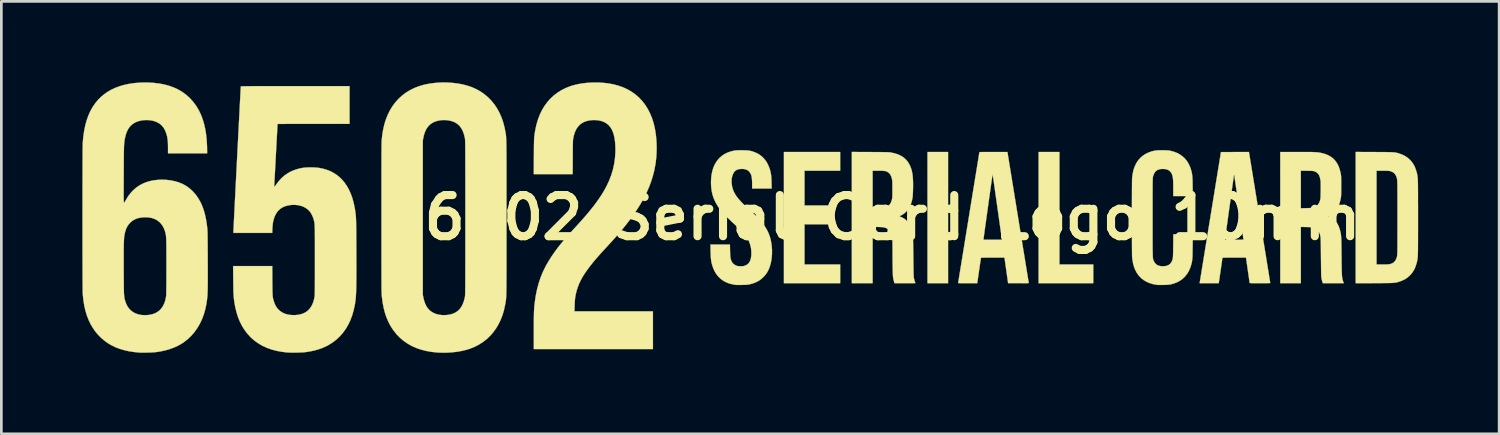
<source format=kicad_pcb>
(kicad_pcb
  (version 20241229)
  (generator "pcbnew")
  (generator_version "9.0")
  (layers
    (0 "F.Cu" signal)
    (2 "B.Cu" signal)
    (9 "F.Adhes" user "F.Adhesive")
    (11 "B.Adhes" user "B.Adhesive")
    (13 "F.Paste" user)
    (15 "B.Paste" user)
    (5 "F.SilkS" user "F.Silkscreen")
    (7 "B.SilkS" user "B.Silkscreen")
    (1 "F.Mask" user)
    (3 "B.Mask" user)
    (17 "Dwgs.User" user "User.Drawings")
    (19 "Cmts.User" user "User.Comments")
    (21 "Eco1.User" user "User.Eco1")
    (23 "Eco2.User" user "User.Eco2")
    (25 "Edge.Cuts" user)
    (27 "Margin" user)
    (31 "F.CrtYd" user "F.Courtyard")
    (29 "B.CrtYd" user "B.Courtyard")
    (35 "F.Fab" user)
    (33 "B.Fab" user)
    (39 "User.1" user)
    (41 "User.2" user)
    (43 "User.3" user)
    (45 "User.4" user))
  (footprint "6502 Serial Card Logo 10mm"
    (layer "F.Cu")
    (at 30.003 5.008)
    (property "Reference" "6502 Serial Card Logo 10mm" (at 0 0 0) (layer "F.SilkS") (effects (font (size 1.524 1.524) (thickness 0.3))))
    (attr through_hole)
    (fp_poly (pts (xy 2.057 2.43) (xy 1.295 2.43) (xy 1.295 -2.43) (xy 2.057 -2.43) (xy 2.057 2.43)) (stroke (width 0.01) (type solid)) (fill yes) (layer "F.SilkS"))
    (fp_poly (pts (xy 6.181 1.736) (xy 7.434 1.736) (xy 7.434 2.43) (xy 5.41 2.43) (xy 5.41 -2.43) (xy 6.181 -2.43) (xy 6.181 1.736)) (stroke (width 0.01) (type solid)) (fill yes) (layer "F.SilkS"))
    (fp_poly (pts (xy -1.939 -1.736) (xy -3.26 -1.736) (xy -3.26 -0.449) (xy -2.21 -0.449) (xy -2.21 0.246) (xy -3.26 0.246) (xy -3.26 1.736) (xy -1.939 1.736) (xy -1.939 2.43) (xy -4.022 2.43) (xy -4.022 -2.43) (xy -1.939 -2.43) (xy -1.939 -1.736)) (stroke (width 0.01) (type solid)) (fill yes) (layer "F.SilkS"))
    (fp_poly (pts (xy 4.648 -0.015) (xy 4.68 0.185) (xy 4.712 0.381) (xy 4.743 0.572) (xy 4.773 0.757) (xy 4.802 0.936) (xy 4.83 1.108) (xy 4.857 1.272) (xy 4.883 1.428) (xy 4.907 1.575) (xy 4.929 1.713) (xy 4.95 1.84) (xy 4.969 1.956) (xy 4.986 2.061) (xy 5.001 2.154) (xy 5.014 2.233) (xy 5.025 2.3) (xy 5.034 2.351) (xy 5.04 2.388) (xy 5.043 2.41) (xy 5.044 2.415) (xy 5.044 2.419) (xy 5.042 2.422) (xy 5.035 2.424) (xy 5.023 2.426) (xy 5.004 2.427) (xy 4.977 2.428) (xy 4.94 2.429) (xy 4.892 2.429) (xy 4.831 2.429) (xy 4.756 2.428) (xy 4.665 2.428) (xy 4.664 2.428) (xy 4.28 2.426) (xy 4.213 1.954) (xy 4.146 1.482) (xy 3.712 1.482) (xy 3.611 1.482) (xy 3.526 1.482) (xy 3.455 1.483) (xy 3.398 1.483) (xy 3.353 1.484) (xy 3.319 1.486) (xy 3.296 1.487) (xy 3.282 1.489) (xy 3.275 1.491) (xy 3.275 1.492) (xy 3.273 1.502) (xy 3.269 1.528) (xy 3.263 1.567) (xy 3.255 1.618) (xy 3.246 1.68) (xy 3.235 1.75) (xy 3.224 1.828) (xy 3.212 1.912) (xy 3.204 1.966) (xy 3.137 2.43) (xy 2.783 2.43) (xy 2.708 2.43) (xy 2.638 2.429) (xy 2.575 2.429) (xy 2.521 2.428) (xy 2.479 2.427) (xy 2.448 2.426) (xy 2.432 2.425) (xy 2.43 2.424) (xy 2.431 2.416) (xy 2.435 2.391) (xy 2.442 2.351) (xy 2.451 2.296) (xy 2.462 2.227) (xy 2.475 2.144) (xy 2.49 2.049) (xy 2.508 1.942) (xy 2.527 1.823) (xy 2.548 1.694) (xy 2.571 1.554) (xy 2.595 1.405) (xy 2.621 1.247) (xy 2.648 1.081) (xy 2.676 0.908) (xy 2.69 0.821) (xy 3.37 0.821) (xy 4.053 0.821) (xy 4.034 0.688) (xy 4.023 0.609) (xy 4.011 0.521) (xy 3.997 0.424) (xy 3.982 0.319) (xy 3.967 0.208) (xy 3.95 0.093) (xy 3.934 -0.027) (xy 3.916 -0.15) (xy 3.899 -0.274) (xy 3.881 -0.399) (xy 3.863 -0.523) (xy 3.846 -0.646) (xy 3.829 -0.766) (xy 3.812 -0.882) (xy 3.796 -0.993) (xy 3.781 -1.098) (xy 3.767 -1.196) (xy 3.755 -1.285) (xy 3.743 -1.365) (xy 3.733 -1.434) (xy 3.725 -1.491) (xy 3.718 -1.536) (xy 3.714 -1.566) (xy 3.712 -1.581) (xy 3.711 -1.583) (xy 3.704 -1.582) (xy 3.703 -1.581) (xy 3.701 -1.572) (xy 3.697 -1.547) (xy 3.691 -1.509) (xy 3.684 -1.456) (xy 3.674 -1.392) (xy 3.664 -1.317) (xy 3.651 -1.231) (xy 3.638 -1.138) (xy 3.624 -1.036) (xy 3.608 -0.928) (xy 3.593 -0.815) (xy 3.576 -0.698) (xy 3.559 -0.578) (xy 3.542 -0.456) (xy 3.525 -0.333) (xy 3.508 -0.211) (xy 3.491 -0.091) (xy 3.475 0.026) (xy 3.459 0.14) (xy 3.444 0.248) (xy 3.43 0.35) (xy 3.417 0.445) (xy 3.405 0.531) (xy 3.395 0.607) (xy 3.386 0.673) (xy 3.379 0.726) (xy 3.374 0.766) (xy 3.371 0.792) (xy 3.37 0.802) (xy 3.37 0.821) (xy 2.69 0.821) (xy 2.705 0.728) (xy 2.735 0.541) (xy 2.767 0.349) (xy 2.799 0.153) (xy 2.824 -0.001) (xy 2.856 -0.201) (xy 2.888 -0.396) (xy 2.919 -0.587) (xy 2.949 -0.772) (xy 2.978 -0.951) (xy 3.006 -1.122) (xy 3.033 -1.286) (xy 3.058 -1.442) (xy 3.082 -1.589) (xy 3.104 -1.726) (xy 3.125 -1.853) (xy 3.144 -1.969) (xy 3.161 -2.074) (xy 3.176 -2.166) (xy 3.188 -2.245) (xy 3.199 -2.311) (xy 3.207 -2.362) (xy 3.213 -2.399) (xy 3.217 -2.42) (xy 3.217 -2.425) (xy 3.226 -2.426) (xy 3.249 -2.427) (xy 3.287 -2.427) (xy 3.337 -2.428) (xy 3.399 -2.429) (xy 3.47 -2.429) (xy 3.549 -2.43) (xy 3.636 -2.43) (xy 3.727 -2.43) (xy 3.736 -2.43) (xy 4.255 -2.43) (xy 4.648 -0.015)) (stroke (width 0.01) (type solid)) (fill yes) (layer "F.SilkS"))
    (fp_poly (pts (xy 17.85 -2.428) (xy 17.979 -2.427) (xy 18.093 -2.426) (xy 18.192 -2.426) (xy 18.278 -2.425) (xy 18.353 -2.424) (xy 18.416 -2.423) (xy 18.471 -2.421) (xy 18.517 -2.419) (xy 18.557 -2.416) (xy 18.591 -2.413) (xy 18.621 -2.409) (xy 18.648 -2.405) (xy 18.673 -2.399) (xy 18.698 -2.393) (xy 18.723 -2.385) (xy 18.751 -2.377) (xy 18.771 -2.371) (xy 18.892 -2.325) (xy 19.002 -2.267) (xy 19.1 -2.197) (xy 19.187 -2.114) (xy 19.263 -2.019) (xy 19.326 -1.912) (xy 19.327 -1.909) (xy 19.347 -1.865) (xy 19.368 -1.81) (xy 19.389 -1.749) (xy 19.408 -1.689) (xy 19.422 -1.635) (xy 19.426 -1.617) (xy 19.43 -1.595) (xy 19.434 -1.574) (xy 19.438 -1.554) (xy 19.441 -1.533) (xy 19.444 -1.511) (xy 19.447 -1.487) (xy 19.449 -1.459) (xy 19.451 -1.428) (xy 19.453 -1.392) (xy 19.455 -1.351) (xy 19.456 -1.303) (xy 19.457 -1.248) (xy 19.458 -1.186) (xy 19.459 -1.114) (xy 19.459 -1.032) (xy 19.46 -0.941) (xy 19.46 -0.837) (xy 19.46 -0.722) (xy 19.46 -0.593) (xy 19.461 -0.451) (xy 19.461 -0.294) (xy 19.461 -0.121) (xy 19.461 0) (xy 19.461 0.183) (xy 19.461 0.35) (xy 19.461 0.502) (xy 19.46 0.64) (xy 19.46 0.764) (xy 19.46 0.875) (xy 19.46 0.974) (xy 19.459 1.062) (xy 19.458 1.14) (xy 19.458 1.209) (xy 19.457 1.269) (xy 19.455 1.321) (xy 19.454 1.366) (xy 19.452 1.405) (xy 19.451 1.44) (xy 19.448 1.469) (xy 19.446 1.495) (xy 19.443 1.519) (xy 19.44 1.541) (xy 19.437 1.561) (xy 19.433 1.582) (xy 19.429 1.603) (xy 19.426 1.617) (xy 19.414 1.668) (xy 19.396 1.727) (xy 19.376 1.788) (xy 19.355 1.846) (xy 19.334 1.895) (xy 19.327 1.909) (xy 19.264 2.016) (xy 19.189 2.112) (xy 19.102 2.195) (xy 19.004 2.266) (xy 18.894 2.324) (xy 18.774 2.37) (xy 18.771 2.371) (xy 18.741 2.38) (xy 18.714 2.388) (xy 18.689 2.395) (xy 18.664 2.401) (xy 18.638 2.406) (xy 18.61 2.411) (xy 18.579 2.414) (xy 18.543 2.417) (xy 18.501 2.42) (xy 18.452 2.422) (xy 18.395 2.423) (xy 18.327 2.424) (xy 18.249 2.425) (xy 18.158 2.426) (xy 18.054 2.427) (xy 17.935 2.427) (xy 17.85 2.428) (xy 17.153 2.431) (xy 17.153 -1.736) (xy 17.924 -1.736) (xy 17.924 1.736) (xy 18.149 1.736) (xy 18.223 1.735) (xy 18.282 1.735) (xy 18.329 1.733) (xy 18.366 1.731) (xy 18.394 1.728) (xy 18.416 1.725) (xy 18.426 1.722) (xy 18.497 1.698) (xy 18.555 1.663) (xy 18.603 1.618) (xy 18.64 1.561) (xy 18.669 1.49) (xy 18.684 1.435) (xy 18.686 1.425) (xy 18.687 1.414) (xy 18.689 1.401) (xy 18.69 1.386) (xy 18.692 1.366) (xy 18.693 1.342) (xy 18.694 1.313) (xy 18.695 1.278) (xy 18.696 1.236) (xy 18.696 1.186) (xy 18.697 1.127) (xy 18.697 1.059) (xy 18.698 0.982) (xy 18.698 0.893) (xy 18.698 0.792) (xy 18.698 0.679) (xy 18.698 0.553) (xy 18.699 0.413) (xy 18.699 0.257) (xy 18.699 0.086) (xy 18.699 0) (xy 18.699 -0.179) (xy 18.699 -0.342) (xy 18.699 -0.489) (xy 18.698 -0.622) (xy 18.698 -0.741) (xy 18.698 -0.847) (xy 18.698 -0.941) (xy 18.697 -1.024) (xy 18.697 -1.097) (xy 18.697 -1.159) (xy 18.696 -1.213) (xy 18.695 -1.259) (xy 18.694 -1.297) (xy 18.693 -1.329) (xy 18.692 -1.356) (xy 18.691 -1.377) (xy 18.69 -1.394) (xy 18.688 -1.409) (xy 18.686 -1.42) (xy 18.685 -1.43) (xy 18.684 -1.435) (xy 18.66 -1.515) (xy 18.629 -1.581) (xy 18.588 -1.635) (xy 18.537 -1.676) (xy 18.474 -1.707) (xy 18.426 -1.722) (xy 18.405 -1.727) (xy 18.38 -1.73) (xy 18.348 -1.732) (xy 18.307 -1.734) (xy 18.254 -1.735) (xy 18.187 -1.736) (xy 18.149 -1.736) (xy 17.924 -1.736) (xy 17.153 -1.736) (xy 17.153 -2.431) (xy 17.85 -2.428)) (stroke (width 0.01) (type solid)) (fill yes) (layer "F.SilkS"))
    (fp_poly (pts (xy -0.819 -2.428) (xy -0.695 -2.427) (xy -0.586 -2.426) (xy -0.491 -2.426) (xy -0.41 -2.425) (xy -0.341 -2.424) (xy -0.283 -2.424) (xy -0.234 -2.423) (xy -0.193 -2.422) (xy -0.159 -2.42) (xy -0.131 -2.419) (xy -0.108 -2.417) (xy -0.088 -2.415) (xy -0.07 -2.412) (xy -0.053 -2.409) (xy -0.038 -2.406) (xy 0.093 -2.376) (xy 0.211 -2.336) (xy 0.315 -2.287) (xy 0.407 -2.228) (xy 0.487 -2.159) (xy 0.556 -2.079) (xy 0.614 -1.987) (xy 0.631 -1.956) (xy 0.663 -1.887) (xy 0.689 -1.815) (xy 0.712 -1.741) (xy 0.729 -1.66) (xy 0.743 -1.573) (xy 0.752 -1.476) (xy 0.758 -1.368) (xy 0.761 -1.248) (xy 0.76 -1.114) (xy 0.759 -1.08) (xy 0.757 -0.976) (xy 0.753 -0.888) (xy 0.749 -0.816) (xy 0.744 -0.761) (xy 0.741 -0.738) (xy 0.714 -0.61) (xy 0.677 -0.493) (xy 0.628 -0.388) (xy 0.569 -0.294) (xy 0.5 -0.213) (xy 0.422 -0.144) (xy 0.334 -0.09) (xy 0.315 -0.081) (xy 0.283 -0.065) (xy 0.267 -0.053) (xy 0.265 -0.044) (xy 0.277 -0.037) (xy 0.282 -0.036) (xy 0.297 -0.03) (xy 0.323 -0.018) (xy 0.356 -0.003) (xy 0.377 0.007) (xy 0.419 0.03) (xy 0.455 0.054) (xy 0.49 0.083) (xy 0.521 0.114) (xy 0.573 0.171) (xy 0.617 0.235) (xy 0.655 0.306) (xy 0.686 0.386) (xy 0.713 0.477) (xy 0.734 0.581) (xy 0.751 0.685) (xy 0.753 0.708) (xy 0.755 0.735) (xy 0.758 0.768) (xy 0.759 0.808) (xy 0.761 0.857) (xy 0.763 0.916) (xy 0.764 0.985) (xy 0.766 1.066) (xy 0.767 1.16) (xy 0.768 1.267) (xy 0.77 1.39) (xy 0.771 1.477) (xy 0.772 1.588) (xy 0.773 1.694) (xy 0.775 1.794) (xy 0.776 1.886) (xy 0.778 1.97) (xy 0.779 2.043) (xy 0.781 2.106) (xy 0.783 2.155) (xy 0.784 2.191) (xy 0.785 2.211) (xy 0.786 2.214) (xy 0.797 2.265) (xy 0.81 2.315) (xy 0.823 2.359) (xy 0.834 2.39) (xy 0.842 2.411) (xy 0.846 2.424) (xy 0.847 2.425) (xy 0.838 2.426) (xy 0.815 2.427) (xy 0.778 2.428) (xy 0.729 2.429) (xy 0.67 2.429) (xy 0.602 2.43) (xy 0.528 2.43) (xy 0.459 2.43) (xy 0.071 2.43) (xy 0.053 2.36) (xy 0.042 2.321) (xy 0.033 2.283) (xy 0.026 2.252) (xy 0.025 2.248) (xy 0.021 2.219) (xy 0.017 2.174) (xy 0.013 2.114) (xy 0.01 2.039) (xy 0.007 1.951) (xy 0.005 1.849) (xy 0.003 1.735) (xy 0.002 1.61) (xy 0.001 1.474) (xy 0.000334 1.329) (xy 0.000291 1.291) (xy 0.000132 1.178) (xy -0.000229 1.079) (xy -0.001 0.995) (xy -0.002 0.923) (xy -0.003 0.863) (xy -0.006 0.811) (xy -0.008 0.768) (xy -0.012 0.731) (xy -0.016 0.7) (xy -0.021 0.671) (xy -0.028 0.645) (xy -0.035 0.62) (xy -0.042 0.597) (xy -0.073 0.527) (xy -0.116 0.469) (xy -0.171 0.422) (xy -0.238 0.387) (xy -0.317 0.364) (xy -0.359 0.356) (xy -0.39 0.353) (xy -0.433 0.351) (xy -0.484 0.349) (xy -0.539 0.347) (xy -0.581 0.347) (xy -0.737 0.347) (xy -0.737 2.43) (xy -1.507 2.43) (xy -1.507 -1.736) (xy -0.737 -1.736) (xy -0.737 -0.345) (xy -0.54 -0.349) (xy -0.466 -0.351) (xy -0.408 -0.354) (xy -0.362 -0.357) (xy -0.327 -0.361) (xy -0.3 -0.366) (xy -0.293 -0.368) (xy -0.218 -0.395) (xy -0.155 -0.435) (xy -0.104 -0.485) (xy -0.063 -0.549) (xy -0.033 -0.625) (xy -0.02 -0.677) (xy -0.016 -0.699) (xy -0.012 -0.722) (xy -0.01 -0.748) (xy -0.008 -0.78) (xy -0.006 -0.819) (xy -0.005 -0.867) (xy -0.005 -0.927) (xy -0.005 -1.001) (xy -0.005 -1.05) (xy -0.005 -1.133) (xy -0.005 -1.201) (xy -0.006 -1.257) (xy -0.007 -1.302) (xy -0.009 -1.339) (xy -0.011 -1.369) (xy -0.014 -1.394) (xy -0.018 -1.418) (xy -0.02 -1.427) (xy -0.042 -1.51) (xy -0.074 -1.58) (xy -0.114 -1.635) (xy -0.165 -1.678) (xy -0.198 -1.697) (xy -0.223 -1.709) (xy -0.25 -1.718) (xy -0.279 -1.724) (xy -0.315 -1.729) (xy -0.358 -1.733) (xy -0.412 -1.735) (xy -0.478 -1.736) (xy -0.535 -1.736) (xy -0.737 -1.736) (xy -1.507 -1.736) (xy -1.507 -2.431) (xy -0.819 -2.428)) (stroke (width 0.01) (type solid)) (fill yes) (layer "F.SilkS"))
    (fp_poly (pts (xy -10.728 -4.992) (xy -10.542 -4.971) (xy -10.363 -4.94) (xy -10.327 -4.932) (xy -10.144 -4.883) (xy -9.971 -4.821) (xy -9.809 -4.746) (xy -9.657 -4.657) (xy -9.517 -4.556) (xy -9.387 -4.443) (xy -9.269 -4.317) (xy -9.162 -4.179) (xy -9.067 -4.028) (xy -8.983 -3.866) (xy -8.911 -3.692) (xy -8.851 -3.507) (xy -8.804 -3.31) (xy -8.784 -3.205) (xy -8.759 -3.021) (xy -8.742 -2.826) (xy -8.735 -2.627) (xy -8.738 -2.426) (xy -8.749 -2.229) (xy -8.77 -2.04) (xy -8.78 -1.978) (xy -8.82 -1.763) (xy -8.873 -1.552) (xy -8.938 -1.342) (xy -9.016 -1.134) (xy -9.107 -0.927) (xy -9.212 -0.718) (xy -9.331 -0.507) (xy -9.466 -0.293) (xy -9.615 -0.075) (xy -9.671 0.003) (xy -9.757 0.119) (xy -9.845 0.233) (xy -9.937 0.349) (xy -10.034 0.466) (xy -10.137 0.588) (xy -10.248 0.715) (xy -10.367 0.849) (xy -10.498 0.992) (xy -10.567 1.067) (xy -10.662 1.17) (xy -10.746 1.262) (xy -10.822 1.346) (xy -10.889 1.421) (xy -10.951 1.491) (xy -11.007 1.557) (xy -11.06 1.619) (xy -11.11 1.681) (xy -11.159 1.742) (xy -11.197 1.791) (xy -11.305 1.935) (xy -11.4 2.072) (xy -11.482 2.203) (xy -11.551 2.331) (xy -11.61 2.457) (xy -11.659 2.583) (xy -11.699 2.71) (xy -11.731 2.841) (xy -11.734 2.857) (xy -11.745 2.917) (xy -11.754 2.976) (xy -11.761 3.037) (xy -11.766 3.105) (xy -11.77 3.183) (xy -11.774 3.273) (xy -11.774 3.287) (xy -11.78 3.471) (xy -8.873 3.471) (xy -8.873 4.868) (xy -13.284 4.868) (xy -13.284 4.21) (xy -13.284 4.074) (xy -13.284 3.952) (xy -13.283 3.845) (xy -13.283 3.751) (xy -13.281 3.667) (xy -13.28 3.592) (xy -13.278 3.526) (xy -13.276 3.466) (xy -13.273 3.411) (xy -13.27 3.359) (xy -13.266 3.309) (xy -13.262 3.26) (xy -13.256 3.21) (xy -13.254 3.188) (xy -13.219 2.93) (xy -13.17 2.682) (xy -13.108 2.446) (xy -13.033 2.219) (xy -12.945 2.003) (xy -12.843 1.798) (xy -12.823 1.76) (xy -12.746 1.628) (xy -12.666 1.498) (xy -12.579 1.368) (xy -12.486 1.236) (xy -12.386 1.102) (xy -12.277 0.964) (xy -12.158 0.821) (xy -12.028 0.671) (xy -11.887 0.513) (xy -11.785 0.402) (xy -11.629 0.231) (xy -11.484 0.069) (xy -11.351 -0.083) (xy -11.23 -0.228) (xy -11.118 -0.366) (xy -11.016 -0.498) (xy -10.923 -0.625) (xy -10.838 -0.748) (xy -10.76 -0.868) (xy -10.689 -0.985) (xy -10.624 -1.101) (xy -10.595 -1.156) (xy -10.498 -1.361) (xy -10.418 -1.568) (xy -10.354 -1.779) (xy -10.307 -1.992) (xy -10.277 -2.209) (xy -10.263 -2.428) (xy -10.262 -2.502) (xy -10.265 -2.665) (xy -10.276 -2.814) (xy -10.295 -2.948) (xy -10.322 -3.068) (xy -10.357 -3.176) (xy -10.4 -3.27) (xy -10.452 -3.352) (xy -10.512 -3.422) (xy -10.582 -3.481) (xy -10.66 -3.528) (xy -10.719 -3.555) (xy -10.814 -3.585) (xy -10.916 -3.604) (xy -11.023 -3.612) (xy -11.131 -3.61) (xy -11.237 -3.597) (xy -11.337 -3.573) (xy -11.428 -3.539) (xy -11.456 -3.525) (xy -11.539 -3.474) (xy -11.611 -3.41) (xy -11.673 -3.335) (xy -11.726 -3.247) (xy -11.77 -3.145) (xy -11.804 -3.03) (xy -11.821 -2.951) (xy -11.825 -2.932) (xy -11.828 -2.914) (xy -11.83 -2.895) (xy -11.832 -2.873) (xy -11.834 -2.847) (xy -11.836 -2.816) (xy -11.837 -2.779) (xy -11.838 -2.734) (xy -11.839 -2.68) (xy -11.84 -2.615) (xy -11.84 -2.539) (xy -11.841 -2.45) (xy -11.842 -2.346) (xy -11.842 -2.233) (xy -11.846 -1.609) (xy -13.285 -1.609) (xy -13.282 -2.263) (xy -13.281 -2.389) (xy -13.28 -2.501) (xy -13.28 -2.598) (xy -13.279 -2.683) (xy -13.277 -2.757) (xy -13.276 -2.821) (xy -13.274 -2.877) (xy -13.272 -2.927) (xy -13.269 -2.971) (xy -13.265 -3.013) (xy -13.261 -3.051) (xy -13.256 -3.09) (xy -13.25 -3.129) (xy -13.243 -3.17) (xy -13.235 -3.216) (xy -13.229 -3.247) (xy -13.186 -3.446) (xy -13.13 -3.633) (xy -13.063 -3.81) (xy -12.983 -3.976) (xy -12.891 -4.13) (xy -12.788 -4.272) (xy -12.673 -4.402) (xy -12.547 -4.52) (xy -12.41 -4.625) (xy -12.262 -4.718) (xy -12.104 -4.798) (xy -11.935 -4.864) (xy -11.83 -4.897) (xy -11.663 -4.939) (xy -11.485 -4.97) (xy -11.3 -4.991) (xy -11.11 -5.001) (xy -10.918 -5.002) (xy -10.728 -4.992)) (stroke (width 0.01) (type solid)) (fill yes) (layer "F.SilkS"))
    (fp_poly (pts (xy -5.584 -2.493) (xy -5.501 -2.492) (xy -5.432 -2.49) (xy -5.373 -2.487) (xy -5.321 -2.481) (xy -5.273 -2.472) (xy -5.225 -2.461) (xy -5.175 -2.446) (xy -5.16 -2.442) (xy -5.042 -2.395) (xy -4.935 -2.336) (xy -4.838 -2.264) (xy -4.753 -2.179) (xy -4.678 -2.081) (xy -4.616 -1.971) (xy -4.565 -1.849) (xy -4.555 -1.822) (xy -4.535 -1.758) (xy -4.519 -1.697) (xy -4.507 -1.638) (xy -4.497 -1.576) (xy -4.49 -1.509) (xy -4.485 -1.433) (xy -4.482 -1.344) (xy -4.481 -1.298) (xy -4.477 -1.075) (xy -5.199 -1.075) (xy -5.199 -1.238) (xy -5.2 -1.335) (xy -5.205 -1.416) (xy -5.213 -1.485) (xy -5.224 -1.543) (xy -5.239 -1.592) (xy -5.249 -1.614) (xy -5.286 -1.677) (xy -5.331 -1.727) (xy -5.386 -1.764) (xy -5.452 -1.789) (xy -5.528 -1.801) (xy -5.602 -1.802) (xy -5.67 -1.796) (xy -5.725 -1.784) (xy -5.772 -1.765) (xy -5.814 -1.738) (xy -5.833 -1.722) (xy -5.875 -1.673) (xy -5.909 -1.612) (xy -5.935 -1.539) (xy -5.953 -1.458) (xy -5.961 -1.371) (xy -5.959 -1.279) (xy -5.948 -1.192) (xy -5.933 -1.118) (xy -5.912 -1.047) (xy -5.885 -0.977) (xy -5.852 -0.908) (xy -5.811 -0.839) (xy -5.762 -0.767) (xy -5.703 -0.693) (xy -5.634 -0.615) (xy -5.555 -0.531) (xy -5.463 -0.441) (xy -5.359 -0.344) (xy -5.283 -0.275) (xy -5.151 -0.154) (xy -5.034 -0.038) (xy -4.93 0.072) (xy -4.839 0.178) (xy -4.76 0.281) (xy -4.692 0.383) (xy -4.635 0.484) (xy -4.587 0.586) (xy -4.549 0.69) (xy -4.518 0.797) (xy -4.501 0.872) (xy -4.476 1.033) (xy -4.463 1.195) (xy -4.464 1.356) (xy -4.477 1.513) (xy -4.503 1.663) (xy -4.542 1.805) (xy -4.544 1.811) (xy -4.585 1.918) (xy -4.633 2.012) (xy -4.691 2.099) (xy -4.762 2.182) (xy -4.763 2.183) (xy -4.846 2.262) (xy -4.936 2.329) (xy -5.035 2.384) (xy -5.144 2.429) (xy -5.265 2.464) (xy -5.309 2.474) (xy -5.342 2.48) (xy -5.377 2.484) (xy -5.417 2.488) (xy -5.466 2.491) (xy -5.527 2.492) (xy -5.584 2.493) (xy -5.641 2.494) (xy -5.693 2.494) (xy -5.738 2.494) (xy -5.772 2.494) (xy -5.794 2.493) (xy -5.8 2.493) (xy -5.817 2.49) (xy -5.846 2.485) (xy -5.882 2.478) (xy -5.901 2.475) (xy -6.03 2.446) (xy -6.149 2.402) (xy -6.258 2.345) (xy -6.357 2.275) (xy -6.445 2.192) (xy -6.522 2.097) (xy -6.588 1.989) (xy -6.642 1.868) (xy -6.684 1.74) (xy -6.698 1.686) (xy -6.709 1.633) (xy -6.718 1.58) (xy -6.724 1.522) (xy -6.73 1.458) (xy -6.733 1.384) (xy -6.736 1.297) (xy -6.737 1.242) (xy -6.741 0.999) (xy -6.022 0.999) (xy -6.017 1.226) (xy -6.015 1.316) (xy -6.011 1.39) (xy -6.007 1.447) (xy -6.003 1.488) (xy -6 1.503) (xy -5.978 1.578) (xy -5.951 1.639) (xy -5.917 1.689) (xy -5.873 1.729) (xy -5.819 1.763) (xy -5.8 1.772) (xy -5.773 1.784) (xy -5.748 1.792) (xy -5.72 1.797) (xy -5.685 1.8) (xy -5.653 1.802) (xy -5.597 1.803) (xy -5.549 1.8) (xy -5.513 1.795) (xy -5.439 1.771) (xy -5.376 1.734) (xy -5.324 1.685) (xy -5.284 1.623) (xy -5.255 1.549) (xy -5.245 1.51) (xy -5.229 1.393) (xy -5.227 1.273) (xy -5.238 1.151) (xy -5.262 1.032) (xy -5.299 0.919) (xy -5.343 0.822) (xy -5.394 0.739) (xy -5.459 0.65) (xy -5.539 0.555) (xy -5.632 0.455) (xy -5.738 0.352) (xy -5.779 0.314) (xy -5.881 0.22) (xy -5.971 0.136) (xy -6.051 0.06) (xy -6.122 -0.009) (xy -6.184 -0.072) (xy -6.239 -0.13) (xy -6.289 -0.185) (xy -6.334 -0.238) (xy -6.376 -0.291) (xy -6.415 -0.344) (xy -6.454 -0.399) (xy -6.47 -0.423) (xy -6.549 -0.555) (xy -6.613 -0.691) (xy -6.662 -0.832) (xy -6.696 -0.98) (xy -6.716 -1.136) (xy -6.723 -1.293) (xy -6.717 -1.454) (xy -6.699 -1.603) (xy -6.67 -1.74) (xy -6.629 -1.866) (xy -6.576 -1.982) (xy -6.511 -2.087) (xy -6.434 -2.182) (xy -6.373 -2.241) (xy -6.289 -2.309) (xy -6.197 -2.366) (xy -6.096 -2.413) (xy -5.983 -2.451) (xy -5.868 -2.479) (xy -5.84 -2.484) (xy -5.809 -2.487) (xy -5.773 -2.49) (xy -5.729 -2.492) (xy -5.674 -2.493) (xy -5.606 -2.493) (xy -5.584 -2.493)) (stroke (width 0.01) (type solid)) (fill yes) (layer "F.SilkS"))
    (fp_poly (pts (xy 15.119 -2.43) (xy 15.233 -2.43) (xy 15.333 -2.429) (xy 15.42 -2.429) (xy 15.496 -2.428) (xy 15.561 -2.426) (xy 15.617 -2.424) (xy 15.666 -2.422) (xy 15.709 -2.419) (xy 15.746 -2.416) (xy 15.781 -2.411) (xy 15.813 -2.406) (xy 15.844 -2.401) (xy 15.875 -2.394) (xy 15.89 -2.391) (xy 16.015 -2.357) (xy 16.128 -2.312) (xy 16.227 -2.257) (xy 16.315 -2.19) (xy 16.391 -2.112) (xy 16.456 -2.022) (xy 16.511 -1.919) (xy 16.555 -1.802) (xy 16.589 -1.673) (xy 16.597 -1.635) (xy 16.602 -1.61) (xy 16.605 -1.587) (xy 16.608 -1.563) (xy 16.611 -1.537) (xy 16.613 -1.507) (xy 16.614 -1.471) (xy 16.615 -1.426) (xy 16.615 -1.372) (xy 16.616 -1.306) (xy 16.616 -1.225) (xy 16.616 -1.168) (xy 16.616 -1.077) (xy 16.615 -1) (xy 16.615 -0.937) (xy 16.614 -0.885) (xy 16.613 -0.843) (xy 16.611 -0.808) (xy 16.609 -0.779) (xy 16.606 -0.754) (xy 16.603 -0.731) (xy 16.6 -0.715) (xy 16.57 -0.586) (xy 16.529 -0.469) (xy 16.477 -0.364) (xy 16.415 -0.273) (xy 16.343 -0.195) (xy 16.261 -0.13) (xy 16.186 -0.087) (xy 16.157 -0.072) (xy 16.135 -0.059) (xy 16.124 -0.05) (xy 16.123 -0.048) (xy 16.132 -0.041) (xy 16.152 -0.031) (xy 16.176 -0.022) (xy 16.264 0.018) (xy 16.342 0.071) (xy 16.411 0.138) (xy 16.469 0.217) (xy 16.518 0.31) (xy 16.557 0.418) (xy 16.569 0.459) (xy 16.578 0.493) (xy 16.586 0.525) (xy 16.593 0.555) (xy 16.599 0.586) (xy 16.604 0.619) (xy 16.608 0.654) (xy 16.612 0.693) (xy 16.615 0.738) (xy 16.618 0.79) (xy 16.62 0.85) (xy 16.622 0.919) (xy 16.623 0.998) (xy 16.625 1.09) (xy 16.626 1.194) (xy 16.627 1.313) (xy 16.629 1.435) (xy 16.63 1.569) (xy 16.631 1.687) (xy 16.633 1.791) (xy 16.634 1.882) (xy 16.636 1.96) (xy 16.638 2.028) (xy 16.64 2.086) (xy 16.643 2.135) (xy 16.646 2.178) (xy 16.65 2.214) (xy 16.655 2.246) (xy 16.66 2.274) (xy 16.667 2.3) (xy 16.674 2.325) (xy 16.682 2.35) (xy 16.691 2.374) (xy 16.711 2.43) (xy 15.936 2.43) (xy 15.922 2.388) (xy 15.913 2.36) (xy 15.903 2.322) (xy 15.893 2.281) (xy 15.89 2.267) (xy 15.887 2.252) (xy 15.884 2.238) (xy 15.882 2.221) (xy 15.88 2.202) (xy 15.878 2.179) (xy 15.876 2.151) (xy 15.875 2.116) (xy 15.874 2.075) (xy 15.873 2.024) (xy 15.872 1.964) (xy 15.871 1.893) (xy 15.87 1.81) (xy 15.869 1.713) (xy 15.868 1.601) (xy 15.866 1.474) (xy 15.866 1.473) (xy 15.865 1.342) (xy 15.864 1.228) (xy 15.863 1.127) (xy 15.862 1.04) (xy 15.861 0.965) (xy 15.859 0.901) (xy 15.858 0.847) (xy 15.856 0.801) (xy 15.853 0.763) (xy 15.851 0.731) (xy 15.847 0.704) (xy 15.843 0.681) (xy 15.839 0.66) (xy 15.834 0.641) (xy 15.828 0.622) (xy 15.821 0.602) (xy 15.82 0.597) (xy 15.789 0.528) (xy 15.749 0.472) (xy 15.697 0.426) (xy 15.633 0.391) (xy 15.566 0.367) (xy 15.543 0.362) (xy 15.514 0.358) (xy 15.475 0.355) (xy 15.426 0.352) (xy 15.364 0.35) (xy 15.318 0.349) (xy 15.121 0.345) (xy 15.121 2.43) (xy 14.359 2.43) (xy 14.359 -0.345) (xy 15.121 -0.345) (xy 15.323 -0.35) (xy 15.403 -0.352) (xy 15.467 -0.355) (xy 15.516 -0.358) (xy 15.55 -0.363) (xy 15.566 -0.366) (xy 15.643 -0.395) (xy 15.707 -0.434) (xy 15.759 -0.485) (xy 15.799 -0.547) (xy 15.829 -0.623) (xy 15.834 -0.64) (xy 15.839 -0.659) (xy 15.843 -0.678) (xy 15.846 -0.699) (xy 15.849 -0.725) (xy 15.851 -0.756) (xy 15.852 -0.795) (xy 15.854 -0.845) (xy 15.855 -0.907) (xy 15.856 -0.983) (xy 15.856 -1.009) (xy 15.857 -1.095) (xy 15.857 -1.166) (xy 15.857 -1.224) (xy 15.856 -1.271) (xy 15.855 -1.31) (xy 15.853 -1.343) (xy 15.85 -1.372) (xy 15.846 -1.396) (xy 15.829 -1.479) (xy 15.807 -1.547) (xy 15.777 -1.602) (xy 15.738 -1.647) (xy 15.69 -1.683) (xy 15.631 -1.712) (xy 15.631 -1.712) (xy 15.615 -1.717) (xy 15.6 -1.722) (xy 15.582 -1.725) (xy 15.56 -1.728) (xy 15.53 -1.73) (xy 15.491 -1.731) (xy 15.441 -1.733) (xy 15.377 -1.734) (xy 15.352 -1.734) (xy 15.121 -1.737) (xy 15.121 -0.345) (xy 14.359 -0.345) (xy 14.359 -2.43) (xy 14.989 -2.43) (xy 15.119 -2.43)) (stroke (width 0.01) (type solid)) (fill yes) (layer "F.SilkS"))
    (fp_poly (pts (xy 13.203 -2.407) (xy 13.205 -2.396) (xy 13.209 -2.369) (xy 13.216 -2.327) (xy 13.226 -2.27) (xy 13.237 -2.201) (xy 13.25 -2.119) (xy 13.266 -2.025) (xy 13.283 -1.92) (xy 13.302 -1.805) (xy 13.322 -1.68) (xy 13.344 -1.547) (xy 13.366 -1.407) (xy 13.391 -1.259) (xy 13.416 -1.105) (xy 13.441 -0.946) (xy 13.468 -0.783) (xy 13.495 -0.616) (xy 13.523 -0.445) (xy 13.551 -0.273) (xy 13.579 -0.099) (xy 13.607 0.075) (xy 13.636 0.248) (xy 13.664 0.421) (xy 13.691 0.592) (xy 13.719 0.76) (xy 13.745 0.924) (xy 13.771 1.084) (xy 13.796 1.239) (xy 13.821 1.388) (xy 13.844 1.53) (xy 13.865 1.665) (xy 13.886 1.791) (xy 13.905 1.908) (xy 13.922 2.016) (xy 13.938 2.112) (xy 13.951 2.197) (xy 13.963 2.269) (xy 13.973 2.328) (xy 13.98 2.373) (xy 13.985 2.403) (xy 13.987 2.418) (xy 13.987 2.419) (xy 13.984 2.422) (xy 13.973 2.424) (xy 13.953 2.426) (xy 13.923 2.427) (xy 13.882 2.428) (xy 13.829 2.429) (xy 13.762 2.43) (xy 13.68 2.43) (xy 13.606 2.43) (xy 13.52 2.43) (xy 13.443 2.429) (xy 13.375 2.429) (xy 13.319 2.427) (xy 13.274 2.426) (xy 13.243 2.425) (xy 13.227 2.423) (xy 13.225 2.422) (xy 13.224 2.413) (xy 13.22 2.388) (xy 13.215 2.351) (xy 13.208 2.302) (xy 13.2 2.244) (xy 13.191 2.179) (xy 13.181 2.109) (xy 13.17 2.034) (xy 13.159 1.959) (xy 13.148 1.883) (xy 13.138 1.809) (xy 13.127 1.739) (xy 13.118 1.675) (xy 13.11 1.619) (xy 13.103 1.572) (xy 13.098 1.537) (xy 13.094 1.514) (xy 13.093 1.509) (xy 13.089 1.482) (xy 12.653 1.482) (xy 12.549 1.482) (xy 12.458 1.482) (xy 12.381 1.483) (xy 12.317 1.484) (xy 12.269 1.485) (xy 12.236 1.487) (xy 12.22 1.489) (xy 12.217 1.49) (xy 12.216 1.5) (xy 12.213 1.524) (xy 12.207 1.563) (xy 12.2 1.614) (xy 12.191 1.675) (xy 12.181 1.745) (xy 12.17 1.823) (xy 12.158 1.907) (xy 12.15 1.962) (xy 12.137 2.048) (xy 12.125 2.129) (xy 12.114 2.204) (xy 12.105 2.27) (xy 12.096 2.327) (xy 12.09 2.373) (xy 12.085 2.405) (xy 12.082 2.424) (xy 12.082 2.428) (xy 12.074 2.428) (xy 12.05 2.429) (xy 12.014 2.429) (xy 11.965 2.429) (xy 11.907 2.43) (xy 11.84 2.43) (xy 11.767 2.43) (xy 11.728 2.43) (xy 11.374 2.43) (xy 11.377 2.407) (xy 11.379 2.396) (xy 11.383 2.37) (xy 11.39 2.329) (xy 11.399 2.272) (xy 11.41 2.202) (xy 11.424 2.118) (xy 11.44 2.022) (xy 11.457 1.913) (xy 11.477 1.793) (xy 11.498 1.663) (xy 11.521 1.522) (xy 11.545 1.372) (xy 11.571 1.214) (xy 11.598 1.047) (xy 11.626 0.873) (xy 11.635 0.821) (xy 12.309 0.821) (xy 12.652 0.821) (xy 12.727 0.821) (xy 12.796 0.821) (xy 12.857 0.82) (xy 12.91 0.819) (xy 12.951 0.818) (xy 12.98 0.817) (xy 12.995 0.815) (xy 12.996 0.815) (xy 12.995 0.804) (xy 12.992 0.778) (xy 12.986 0.738) (xy 12.979 0.685) (xy 12.97 0.619) (xy 12.959 0.543) (xy 12.947 0.456) (xy 12.933 0.362) (xy 12.919 0.259) (xy 12.903 0.151) (xy 12.887 0.037) (xy 12.871 -0.08) (xy 12.853 -0.201) (xy 12.836 -0.323) (xy 12.818 -0.446) (xy 12.801 -0.568) (xy 12.784 -0.689) (xy 12.767 -0.806) (xy 12.75 -0.92) (xy 12.735 -1.028) (xy 12.72 -1.13) (xy 12.706 -1.225) (xy 12.694 -1.311) (xy 12.683 -1.387) (xy 12.673 -1.452) (xy 12.666 -1.506) (xy 12.66 -1.546) (xy 12.656 -1.571) (xy 12.654 -1.581) (xy 12.654 -1.582) (xy 12.646 -1.583) (xy 12.646 -1.583) (xy 12.644 -1.574) (xy 12.641 -1.549) (xy 12.635 -1.51) (xy 12.627 -1.457) (xy 12.618 -1.391) (xy 12.607 -1.312) (xy 12.594 -1.223) (xy 12.58 -1.124) (xy 12.565 -1.015) (xy 12.549 -0.898) (xy 12.531 -0.775) (xy 12.513 -0.644) (xy 12.495 -0.509) (xy 12.48 -0.406) (xy 12.461 -0.267) (xy 12.442 -0.132) (xy 12.424 -0.002) (xy 12.407 0.121) (xy 12.391 0.237) (xy 12.376 0.345) (xy 12.363 0.444) (xy 12.35 0.532) (xy 12.339 0.61) (xy 12.33 0.675) (xy 12.323 0.727) (xy 12.318 0.765) (xy 12.314 0.787) (xy 12.313 0.794) (xy 12.309 0.821) (xy 11.635 0.821) (xy 11.656 0.692) (xy 11.686 0.505) (xy 11.717 0.313) (xy 11.749 0.117) (xy 11.772 -0.021) (xy 12.163 -2.426) (xy 12.681 -2.428) (xy 13.198 -2.43) (xy 13.203 -2.407)) (stroke (width 0.01) (type solid)) (fill yes) (layer "F.SilkS"))
    (fp_poly (pts (xy 10.093 -2.493) (xy 10.161 -2.49) (xy 10.22 -2.485) (xy 10.266 -2.479) (xy 10.274 -2.478) (xy 10.409 -2.443) (xy 10.532 -2.396) (xy 10.644 -2.337) (xy 10.744 -2.265) (xy 10.833 -2.182) (xy 10.909 -2.086) (xy 10.974 -1.978) (xy 11.026 -1.859) (xy 11.066 -1.731) (xy 11.076 -1.689) (xy 11.085 -1.649) (xy 11.092 -1.609) (xy 11.098 -1.568) (xy 11.102 -1.524) (xy 11.106 -1.474) (xy 11.109 -1.415) (xy 11.111 -1.347) (xy 11.113 -1.267) (xy 11.114 -1.172) (xy 11.114 -1.145) (xy 11.119 -0.796) (xy 10.397 -0.796) (xy 10.397 -1.06) (xy 10.397 -1.131) (xy 10.396 -1.201) (xy 10.395 -1.268) (xy 10.393 -1.328) (xy 10.391 -1.377) (xy 10.389 -1.414) (xy 10.388 -1.42) (xy 10.377 -1.508) (xy 10.357 -1.583) (xy 10.33 -1.645) (xy 10.294 -1.696) (xy 10.249 -1.737) (xy 10.208 -1.763) (xy 10.164 -1.782) (xy 10.113 -1.794) (xy 10.05 -1.8) (xy 10.033 -1.801) (xy 9.946 -1.8) (xy 9.87 -1.786) (xy 9.806 -1.76) (xy 9.753 -1.722) (xy 9.709 -1.67) (xy 9.674 -1.604) (xy 9.647 -1.523) (xy 9.646 -1.52) (xy 9.644 -1.512) (xy 9.642 -1.502) (xy 9.641 -1.491) (xy 9.639 -1.477) (xy 9.638 -1.459) (xy 9.637 -1.437) (xy 9.636 -1.41) (xy 9.635 -1.377) (xy 9.634 -1.338) (xy 9.633 -1.291) (xy 9.633 -1.236) (xy 9.632 -1.172) (xy 9.632 -1.099) (xy 9.632 -1.015) (xy 9.631 -0.919) (xy 9.631 -0.812) (xy 9.631 -0.691) (xy 9.631 -0.558) (xy 9.631 -0.409) (xy 9.631 -0.246) (xy 9.631 -0.067) (xy 9.631 -0.008) (xy 9.631 0.18) (xy 9.631 0.351) (xy 9.631 0.508) (xy 9.631 0.65) (xy 9.631 0.778) (xy 9.631 0.893) (xy 9.632 0.996) (xy 9.632 1.087) (xy 9.633 1.167) (xy 9.634 1.238) (xy 9.635 1.299) (xy 9.636 1.352) (xy 9.638 1.397) (xy 9.639 1.436) (xy 9.641 1.468) (xy 9.644 1.495) (xy 9.646 1.518) (xy 9.65 1.536) (xy 9.653 1.552) (xy 9.657 1.566) (xy 9.661 1.578) (xy 9.666 1.589) (xy 9.671 1.6) (xy 9.677 1.613) (xy 9.677 1.613) (xy 9.713 1.676) (xy 9.759 1.726) (xy 9.814 1.764) (xy 9.881 1.788) (xy 9.959 1.801) (xy 10.012 1.803) (xy 10.098 1.797) (xy 10.172 1.779) (xy 10.235 1.749) (xy 10.287 1.706) (xy 10.328 1.65) (xy 10.344 1.619) (xy 10.354 1.597) (xy 10.362 1.576) (xy 10.369 1.555) (xy 10.375 1.532) (xy 10.38 1.505) (xy 10.384 1.473) (xy 10.387 1.434) (xy 10.389 1.388) (xy 10.391 1.331) (xy 10.392 1.262) (xy 10.393 1.181) (xy 10.394 1.084) (xy 10.395 1.044) (xy 10.399 0.618) (xy 11.118 0.618) (xy 11.115 1.056) (xy 11.113 1.163) (xy 11.112 1.254) (xy 11.111 1.333) (xy 11.109 1.399) (xy 11.107 1.456) (xy 11.104 1.505) (xy 11.1 1.547) (xy 11.096 1.585) (xy 11.09 1.621) (xy 11.084 1.655) (xy 11.076 1.69) (xy 11.066 1.729) (xy 11.066 1.731) (xy 11.025 1.861) (xy 10.972 1.98) (xy 10.906 2.088) (xy 10.83 2.184) (xy 10.741 2.268) (xy 10.642 2.339) (xy 10.533 2.398) (xy 10.439 2.434) (xy 10.382 2.452) (xy 10.331 2.466) (xy 10.28 2.476) (xy 10.227 2.484) (xy 10.167 2.489) (xy 10.098 2.492) (xy 10.025 2.493) (xy 9.968 2.494) (xy 9.915 2.494) (xy 9.869 2.494) (xy 9.833 2.494) (xy 9.81 2.493) (xy 9.804 2.492) (xy 9.663 2.468) (xy 9.533 2.43) (xy 9.414 2.38) (xy 9.306 2.318) (xy 9.21 2.243) (xy 9.126 2.156) (xy 9.053 2.057) (xy 8.992 1.946) (xy 8.943 1.823) (xy 8.906 1.688) (xy 8.881 1.541) (xy 8.873 1.469) (xy 8.872 1.447) (xy 8.871 1.409) (xy 8.87 1.356) (xy 8.869 1.29) (xy 8.869 1.212) (xy 8.868 1.122) (xy 8.867 1.022) (xy 8.867 0.913) (xy 8.866 0.796) (xy 8.866 0.673) (xy 8.865 0.544) (xy 8.865 0.41) (xy 8.865 0.273) (xy 8.865 0.134) (xy 8.865 -0.006) (xy 8.865 -0.146) (xy 8.865 -0.285) (xy 8.865 -0.422) (xy 8.865 -0.555) (xy 8.866 -0.684) (xy 8.866 -0.807) (xy 8.867 -0.923) (xy 8.867 -1.031) (xy 8.868 -1.13) (xy 8.869 -1.219) (xy 8.869 -1.297) (xy 8.87 -1.362) (xy 8.871 -1.413) (xy 8.872 -1.449) (xy 8.873 -1.469) (xy 8.893 -1.621) (xy 8.924 -1.762) (xy 8.968 -1.89) (xy 9.023 -2.007) (xy 9.09 -2.111) (xy 9.169 -2.204) (xy 9.26 -2.284) (xy 9.363 -2.353) (xy 9.477 -2.409) (xy 9.603 -2.453) (xy 9.707 -2.478) (xy 9.751 -2.484) (xy 9.808 -2.489) (xy 9.874 -2.493) (xy 9.946 -2.494) (xy 10.02 -2.494) (xy 10.093 -2.493)) (stroke (width 0.01) (type solid)) (fill yes) (layer "F.SilkS"))
    (fp_poly (pts (xy -16.496 -5.002) (xy -16.304 -4.99) (xy -16.117 -4.968) (xy -15.936 -4.935) (xy -15.764 -4.892) (xy -15.603 -4.839) (xy -15.57 -4.826) (xy -15.406 -4.752) (xy -15.251 -4.664) (xy -15.107 -4.563) (xy -14.974 -4.45) (xy -14.852 -4.324) (xy -14.741 -4.187) (xy -14.642 -4.038) (xy -14.555 -3.878) (xy -14.48 -3.708) (xy -14.418 -3.528) (xy -14.368 -3.337) (xy -14.348 -3.234) (xy -14.343 -3.209) (xy -14.339 -3.186) (xy -14.335 -3.164) (xy -14.331 -3.144) (xy -14.327 -3.124) (xy -14.324 -3.104) (xy -14.321 -3.084) (xy -14.318 -3.063) (xy -14.315 -3.039) (xy -14.313 -3.014) (xy -14.311 -2.985) (xy -14.309 -2.954) (xy -14.307 -2.918) (xy -14.305 -2.877) (xy -14.304 -2.832) (xy -14.303 -2.781) (xy -14.301 -2.724) (xy -14.3 -2.66) (xy -14.299 -2.588) (xy -14.299 -2.509) (xy -14.298 -2.421) (xy -14.298 -2.324) (xy -14.297 -2.217) (xy -14.297 -2.1) (xy -14.296 -1.973) (xy -14.296 -1.834) (xy -14.296 -1.683) (xy -14.296 -1.52) (xy -14.296 -1.344) (xy -14.296 -1.154) (xy -14.296 -0.95) (xy -14.296 -0.731) (xy -14.296 -0.497) (xy -14.296 -0.247) (xy -14.296 0) (xy -14.296 0.265) (xy -14.296 0.514) (xy -14.296 0.747) (xy -14.296 0.964) (xy -14.296 1.167) (xy -14.296 1.356) (xy -14.296 1.531) (xy -14.296 1.694) (xy -14.296 1.844) (xy -14.296 1.982) (xy -14.297 2.109) (xy -14.297 2.225) (xy -14.298 2.331) (xy -14.298 2.427) (xy -14.299 2.514) (xy -14.3 2.593) (xy -14.3 2.664) (xy -14.301 2.728) (xy -14.303 2.785) (xy -14.304 2.835) (xy -14.305 2.88) (xy -14.307 2.92) (xy -14.309 2.956) (xy -14.311 2.987) (xy -14.313 3.016) (xy -14.316 3.041) (xy -14.318 3.064) (xy -14.321 3.086) (xy -14.324 3.106) (xy -14.327 3.126) (xy -14.331 3.145) (xy -14.335 3.166) (xy -14.339 3.187) (xy -14.343 3.211) (xy -14.348 3.234) (xy -14.39 3.43) (xy -14.446 3.617) (xy -14.515 3.792) (xy -14.596 3.958) (xy -14.689 4.112) (xy -14.794 4.255) (xy -14.91 4.387) (xy -15.037 4.506) (xy -15.176 4.613) (xy -15.325 4.708) (xy -15.484 4.789) (xy -15.653 4.857) (xy -15.754 4.889) (xy -15.923 4.932) (xy -16.102 4.965) (xy -16.29 4.988) (xy -16.482 5.001) (xy -16.677 5.003) (xy -16.87 4.995) (xy -17.079 4.972) (xy -17.277 4.937) (xy -17.465 4.888) (xy -17.642 4.827) (xy -17.808 4.752) (xy -17.963 4.664) (xy -18.108 4.564) (xy -18.242 4.45) (xy -18.365 4.324) (xy -18.477 4.184) (xy -18.523 4.119) (xy -18.607 3.982) (xy -18.681 3.836) (xy -18.746 3.682) (xy -18.8 3.518) (xy -18.845 3.343) (xy -18.881 3.155) (xy -18.908 2.954) (xy -18.912 2.918) (xy -18.914 2.904) (xy -18.915 2.889) (xy -18.916 2.873) (xy -18.917 2.854) (xy -18.918 2.833) (xy -18.919 2.808) (xy -18.92 2.78) (xy -18.921 2.748) (xy -18.922 2.711) (xy -18.923 2.668) (xy -18.923 2.62) (xy -18.924 2.564) (xy -18.924 2.502) (xy -18.925 2.432) (xy -18.925 2.354) (xy -18.926 2.267) (xy -18.926 2.17) (xy -18.926 2.064) (xy -18.926 1.947) (xy -18.927 1.819) (xy -18.927 1.679) (xy -18.927 1.527) (xy -18.927 1.362) (xy -18.927 1.184) (xy -18.927 0.992) (xy -18.927 0.785) (xy -18.927 0.564) (xy -18.927 0.326) (xy -18.927 0.073) (xy -18.927 0) (xy -18.927 -0.258) (xy -18.927 -0.5) (xy -18.927 -0.726) (xy -18.927 -0.936) (xy -18.927 -1.133) (xy -18.927 -1.314) (xy -18.927 -1.483) (xy -18.927 -1.638) (xy -18.927 -1.781) (xy -18.926 -1.913) (xy -18.926 -2.033) (xy -18.926 -2.142) (xy -18.926 -2.241) (xy -18.925 -2.331) (xy -18.925 -2.411) (xy -18.924 -2.484) (xy -18.924 -2.548) (xy -18.923 -2.605) (xy -18.923 -2.655) (xy -18.922 -2.7) (xy -18.921 -2.738) (xy -18.92 -2.772) (xy -18.92 -2.801) (xy -18.919 -2.826) (xy -18.918 -2.848) (xy -18.917 -2.857) (xy -17.395 -2.857) (xy -17.395 2.857) (xy -17.376 2.955) (xy -17.347 3.076) (xy -17.311 3.182) (xy -17.267 3.275) (xy -17.215 3.355) (xy -17.21 3.362) (xy -17.143 3.433) (xy -17.065 3.493) (xy -16.975 3.541) (xy -16.877 3.578) (xy -16.769 3.601) (xy -16.655 3.613) (xy -16.534 3.61) (xy -16.487 3.606) (xy -16.374 3.587) (xy -16.271 3.556) (xy -16.18 3.512) (xy -16.099 3.456) (xy -16.028 3.387) (xy -15.968 3.305) (xy -15.917 3.209) (xy -15.876 3.099) (xy -15.844 2.976) (xy -15.834 2.93) (xy -15.833 2.921) (xy -15.832 2.912) (xy -15.831 2.9) (xy -15.83 2.886) (xy -15.829 2.869) (xy -15.828 2.848) (xy -15.827 2.824) (xy -15.826 2.794) (xy -15.825 2.759) (xy -15.825 2.719) (xy -15.824 2.672) (xy -15.823 2.618) (xy -15.823 2.557) (xy -15.822 2.488) (xy -15.822 2.41) (xy -15.822 2.324) (xy -15.821 2.228) (xy -15.821 2.121) (xy -15.821 2.004) (xy -15.821 1.876) (xy -15.82 1.736) (xy -15.82 1.583) (xy -15.82 1.418) (xy -15.82 1.24) (xy -15.82 1.047) (xy -15.82 0.84) (xy -15.82 0.618) (xy -15.82 0.38) (xy -15.82 0.126) (xy -15.82 0) (xy -15.82 -0.262) (xy -15.82 -0.507) (xy -15.82 -0.736) (xy -15.82 -0.951) (xy -15.82 -1.15) (xy -15.82 -1.335) (xy -15.82 -1.507) (xy -15.82 -1.665) (xy -15.821 -1.811) (xy -15.821 -1.945) (xy -15.821 -2.067) (xy -15.821 -2.178) (xy -15.822 -2.279) (xy -15.822 -2.37) (xy -15.822 -2.452) (xy -15.823 -2.525) (xy -15.823 -2.59) (xy -15.824 -2.647) (xy -15.824 -2.697) (xy -15.825 -2.741) (xy -15.826 -2.778) (xy -15.826 -2.81) (xy -15.827 -2.837) (xy -15.828 -2.86) (xy -15.829 -2.879) (xy -15.83 -2.894) (xy -15.831 -2.907) (xy -15.833 -2.917) (xy -15.834 -2.926) (xy -15.834 -2.93) (xy -15.863 -3.058) (xy -15.901 -3.172) (xy -15.948 -3.272) (xy -16.004 -3.358) (xy -16.07 -3.431) (xy -16.147 -3.492) (xy -16.234 -3.54) (xy -16.333 -3.575) (xy -16.443 -3.6) (xy -16.51 -3.608) (xy -16.621 -3.613) (xy -16.731 -3.606) (xy -16.836 -3.587) (xy -16.934 -3.558) (xy -17.018 -3.521) (xy -17.099 -3.47) (xy -17.169 -3.408) (xy -17.229 -3.336) (xy -17.28 -3.251) (xy -17.322 -3.153) (xy -17.357 -3.041) (xy -17.376 -2.955) (xy -17.395 -2.857) (xy -18.917 -2.857) (xy -18.916 -2.868) (xy -18.915 -2.885) (xy -18.914 -2.9) (xy -18.913 -2.915) (xy -18.912 -2.918) (xy -18.893 -3.081) (xy -18.869 -3.23) (xy -18.839 -3.369) (xy -18.805 -3.502) (xy -18.767 -3.622) (xy -18.697 -3.8) (xy -18.616 -3.966) (xy -18.521 -4.121) (xy -18.415 -4.265) (xy -18.297 -4.396) (xy -18.168 -4.515) (xy -18.028 -4.622) (xy -17.877 -4.715) (xy -17.715 -4.796) (xy -17.544 -4.863) (xy -17.362 -4.917) (xy -17.264 -4.939) (xy -17.076 -4.972) (xy -16.884 -4.993) (xy -16.69 -5.003) (xy -16.496 -5.002)) (stroke (width 0.01) (type solid)) (fill yes) (layer "F.SilkS"))
    (fp_poly (pts (xy -20.108 -3.471) (xy -21.442 -3.471) (xy -21.591 -3.471) (xy -21.735 -3.471) (xy -21.874 -3.471) (xy -22.006 -3.471) (xy -22.13 -3.471) (xy -22.247 -3.47) (xy -22.354 -3.47) (xy -22.451 -3.47) (xy -22.538 -3.469) (xy -22.612 -3.469) (xy -22.674 -3.468) (xy -22.721 -3.468) (xy -22.755 -3.467) (xy -22.772 -3.467) (xy -22.775 -3.466) (xy -22.776 -3.456) (xy -22.777 -3.43) (xy -22.779 -3.389) (xy -22.782 -3.335) (xy -22.785 -3.269) (xy -22.79 -3.192) (xy -22.794 -3.106) (xy -22.799 -3.011) (xy -22.805 -2.909) (xy -22.811 -2.801) (xy -22.817 -2.688) (xy -22.823 -2.571) (xy -22.829 -2.452) (xy -22.836 -2.332) (xy -22.842 -2.212) (xy -22.849 -2.093) (xy -22.855 -1.976) (xy -22.861 -1.864) (xy -22.867 -1.756) (xy -22.872 -1.654) (xy -22.878 -1.559) (xy -22.882 -1.473) (xy -22.887 -1.397) (xy -22.89 -1.332) (xy -22.893 -1.279) (xy -22.895 -1.239) (xy -22.897 -1.213) (xy -22.897 -1.204) (xy -22.898 -1.173) (xy -22.895 -1.155) (xy -22.886 -1.152) (xy -22.871 -1.163) (xy -22.85 -1.189) (xy -22.821 -1.229) (xy -22.82 -1.231) (xy -22.726 -1.356) (xy -22.623 -1.467) (xy -22.51 -1.565) (xy -22.386 -1.649) (xy -22.253 -1.72) (xy -22.109 -1.776) (xy -21.956 -1.82) (xy -21.832 -1.843) (xy -21.774 -1.85) (xy -21.704 -1.855) (xy -21.625 -1.858) (xy -21.542 -1.859) (xy -21.459 -1.857) (xy -21.381 -1.854) (xy -21.311 -1.849) (xy -21.26 -1.843) (xy -21.127 -1.819) (xy -21.007 -1.788) (xy -20.894 -1.749) (xy -20.786 -1.702) (xy -20.768 -1.693) (xy -20.638 -1.618) (xy -20.517 -1.53) (xy -20.406 -1.428) (xy -20.306 -1.312) (xy -20.215 -1.183) (xy -20.134 -1.041) (xy -20.064 -0.886) (xy -20.003 -0.718) (xy -19.954 -0.538) (xy -19.914 -0.345) (xy -19.905 -0.291) (xy -19.899 -0.252) (xy -19.894 -0.215) (xy -19.889 -0.179) (xy -19.885 -0.144) (xy -19.881 -0.109) (xy -19.877 -0.073) (xy -19.874 -0.034) (xy -19.871 0.009) (xy -19.869 0.056) (xy -19.867 0.108) (xy -19.865 0.166) (xy -19.864 0.232) (xy -19.862 0.306) (xy -19.861 0.389) (xy -19.86 0.482) (xy -19.859 0.587) (xy -19.859 0.704) (xy -19.858 0.834) (xy -19.858 0.978) (xy -19.857 1.138) (xy -19.857 1.278) (xy -19.856 1.476) (xy -19.856 1.658) (xy -19.855 1.824) (xy -19.855 1.977) (xy -19.856 2.116) (xy -19.856 2.242) (xy -19.857 2.357) (xy -19.858 2.461) (xy -19.86 2.555) (xy -19.862 2.64) (xy -19.864 2.717) (xy -19.867 2.787) (xy -19.87 2.851) (xy -19.874 2.909) (xy -19.878 2.963) (xy -19.882 3.013) (xy -19.888 3.06) (xy -19.894 3.105) (xy -19.9 3.15) (xy -19.907 3.194) (xy -19.914 3.234) (xy -19.957 3.433) (xy -20.011 3.622) (xy -20.078 3.799) (xy -20.157 3.965) (xy -20.248 4.12) (xy -20.351 4.263) (xy -20.465 4.394) (xy -20.591 4.513) (xy -20.728 4.619) (xy -20.876 4.713) (xy -20.949 4.753) (xy -21.104 4.824) (xy -21.27 4.883) (xy -21.448 4.931) (xy -21.638 4.967) (xy -21.751 4.983) (xy -21.804 4.988) (xy -21.871 4.992) (xy -21.947 4.995) (xy -22.028 4.998) (xy -22.112 5) (xy -22.195 5) (xy -22.272 5) (xy -22.34 4.998) (xy -22.395 4.995) (xy -22.397 4.995) (xy -22.604 4.972) (xy -22.801 4.936) (xy -22.986 4.888) (xy -23.16 4.827) (xy -23.323 4.753) (xy -23.475 4.666) (xy -23.616 4.567) (xy -23.746 4.455) (xy -23.779 4.423) (xy -23.896 4.294) (xy -24 4.156) (xy -24.092 4.008) (xy -24.172 3.849) (xy -24.241 3.679) (xy -24.297 3.497) (xy -24.343 3.303) (xy -24.363 3.197) (xy -24.372 3.14) (xy -24.38 3.087) (xy -24.387 3.034) (xy -24.392 2.982) (xy -24.397 2.927) (xy -24.401 2.868) (xy -24.405 2.803) (xy -24.408 2.731) (xy -24.41 2.649) (xy -24.412 2.556) (xy -24.413 2.451) (xy -24.415 2.33) (xy -24.415 2.301) (xy -24.42 1.795) (xy -22.971 1.795) (xy -22.968 2.33) (xy -22.967 2.446) (xy -22.966 2.546) (xy -22.965 2.631) (xy -22.964 2.705) (xy -22.962 2.768) (xy -22.96 2.821) (xy -22.958 2.867) (xy -22.955 2.906) (xy -22.95 2.94) (xy -22.946 2.971) (xy -22.94 3.001) (xy -22.933 3.03) (xy -22.924 3.061) (xy -22.915 3.094) (xy -22.914 3.096) (xy -22.876 3.204) (xy -22.825 3.3) (xy -22.764 3.383) (xy -22.691 3.453) (xy -22.607 3.511) (xy -22.512 3.556) (xy -22.452 3.576) (xy -22.352 3.599) (xy -22.246 3.61) (xy -22.138 3.612) (xy -22.031 3.603) (xy -21.93 3.584) (xy -21.838 3.556) (xy -21.836 3.555) (xy -21.743 3.51) (xy -21.662 3.452) (xy -21.591 3.382) (xy -21.531 3.299) (xy -21.48 3.202) (xy -21.44 3.093) (xy -21.41 2.969) (xy -21.406 2.948) (xy -21.404 2.936) (xy -21.402 2.922) (xy -21.4 2.907) (xy -21.399 2.888) (xy -21.398 2.866) (xy -21.396 2.839) (xy -21.395 2.806) (xy -21.395 2.766) (xy -21.394 2.72) (xy -21.393 2.665) (xy -21.393 2.602) (xy -21.392 2.529) (xy -21.392 2.445) (xy -21.392 2.349) (xy -21.391 2.242) (xy -21.391 2.121) (xy -21.391 1.986) (xy -21.391 1.836) (xy -21.391 1.671) (xy -21.391 1.583) (xy -21.391 1.407) (xy -21.391 1.248) (xy -21.391 1.103) (xy -21.391 0.973) (xy -21.391 0.856) (xy -21.392 0.752) (xy -21.392 0.659) (xy -21.393 0.578) (xy -21.393 0.506) (xy -21.394 0.444) (xy -21.396 0.389) (xy -21.397 0.342) (xy -21.399 0.302) (xy -21.401 0.267) (xy -21.404 0.237) (xy -21.406 0.211) (xy -21.409 0.187) (xy -21.413 0.166) (xy -21.417 0.146) (xy -21.422 0.127) (xy -21.427 0.107) (xy -21.432 0.086) (xy -21.434 0.076) (xy -21.453 0.015) (xy -21.479 -0.05) (xy -21.51 -0.114) (xy -21.542 -0.172) (xy -21.575 -0.219) (xy -21.576 -0.221) (xy -21.643 -0.291) (xy -21.721 -0.351) (xy -21.811 -0.4) (xy -21.91 -0.436) (xy -22.016 -0.46) (xy -22.129 -0.472) (xy -22.248 -0.47) (xy -22.279 -0.467) (xy -22.396 -0.448) (xy -22.502 -0.418) (xy -22.597 -0.375) (xy -22.68 -0.32) (xy -22.752 -0.252) (xy -22.814 -0.171) (xy -22.86 -0.089) (xy -22.895 -0.006) (xy -22.923 0.084) (xy -22.944 0.183) (xy -22.958 0.293) (xy -22.967 0.417) (xy -22.967 0.43) (xy -22.973 0.567) (xy -24.409 0.567) (xy -24.41 0.531) (xy -24.409 0.519) (xy -24.408 0.491) (xy -24.406 0.447) (xy -24.403 0.389) (xy -24.4 0.317) (xy -24.395 0.233) (xy -24.391 0.136) (xy -24.385 0.028) (xy -24.379 -0.09) (xy -24.373 -0.218) (xy -24.366 -0.356) (xy -24.359 -0.501) (xy -24.351 -0.654) (xy -24.343 -0.814) (xy -24.335 -0.979) (xy -24.326 -1.15) (xy -24.317 -1.325) (xy -24.308 -1.503) (xy -24.299 -1.685) (xy -24.289 -1.868) (xy -24.28 -2.053) (xy -24.27 -2.238) (xy -24.261 -2.422) (xy -24.252 -2.606) (xy -24.242 -2.788) (xy -24.233 -2.967) (xy -24.224 -3.143) (xy -24.215 -3.314) (xy -24.207 -3.481) (xy -24.198 -3.641) (xy -24.19 -3.796) (xy -24.183 -3.943) (xy -24.176 -4.082) (xy -24.169 -4.212) (xy -24.163 -4.332) (xy -24.157 -4.442) (xy -24.152 -4.541) (xy -24.147 -4.628) (xy -24.143 -4.702) (xy -24.14 -4.763) (xy -24.137 -4.809) (xy -24.135 -4.841) (xy -24.134 -4.856) (xy -24.134 -4.858) (xy -24.131 -4.859) (xy -24.121 -4.86) (xy -24.104 -4.861) (xy -24.08 -4.862) (xy -24.048 -4.863) (xy -24.008 -4.864) (xy -23.958 -4.864) (xy -23.899 -4.865) (xy -23.83 -4.866) (xy -23.75 -4.866) (xy -23.659 -4.867) (xy -23.556 -4.867) (xy -23.44 -4.867) (xy -23.312 -4.868) (xy -23.171 -4.868) (xy -23.015 -4.868) (xy -22.845 -4.868) (xy -22.661 -4.868) (xy -22.46 -4.868) (xy -22.244 -4.868) (xy -22.119 -4.868) (xy -20.108 -4.868) (xy -20.108 -3.471)) (stroke (width 0.01) (type solid)) (fill yes) (layer "F.SilkS"))
    (fp_poly (pts (xy -27.572 -5.001) (xy -27.357 -4.988) (xy -27.154 -4.964) (xy -26.962 -4.927) (xy -26.782 -4.878) (xy -26.612 -4.816) (xy -26.454 -4.742) (xy -26.306 -4.656) (xy -26.169 -4.556) (xy -26.042 -4.444) (xy -25.925 -4.318) (xy -25.818 -4.18) (xy -25.77 -4.11) (xy -25.686 -3.966) (xy -25.612 -3.812) (xy -25.549 -3.647) (xy -25.496 -3.47) (xy -25.453 -3.282) (xy -25.421 -3.081) (xy -25.398 -2.867) (xy -25.386 -2.641) (xy -25.383 -2.47) (xy -25.383 -2.379) (xy -26.831 -2.379) (xy -26.831 -2.568) (xy -26.832 -2.674) (xy -26.835 -2.767) (xy -26.841 -2.848) (xy -26.849 -2.921) (xy -26.861 -2.988) (xy -26.876 -3.052) (xy -26.894 -3.116) (xy -26.896 -3.12) (xy -26.937 -3.226) (xy -26.989 -3.319) (xy -27.052 -3.399) (xy -27.126 -3.466) (xy -27.212 -3.52) (xy -27.308 -3.562) (xy -27.416 -3.592) (xy -27.522 -3.608) (xy -27.626 -3.613) (xy -27.732 -3.608) (xy -27.836 -3.593) (xy -27.933 -3.569) (xy -28.019 -3.536) (xy -28.02 -3.536) (xy -28.107 -3.488) (xy -28.183 -3.43) (xy -28.249 -3.361) (xy -28.306 -3.28) (xy -28.353 -3.186) (xy -28.392 -3.078) (xy -28.422 -2.956) (xy -28.423 -2.952) (xy -28.429 -2.921) (xy -28.435 -2.892) (xy -28.44 -2.864) (xy -28.444 -2.836) (xy -28.448 -2.806) (xy -28.452 -2.775) (xy -28.455 -2.74) (xy -28.457 -2.7) (xy -28.46 -2.656) (xy -28.462 -2.605) (xy -28.463 -2.547) (xy -28.465 -2.48) (xy -28.466 -2.405) (xy -28.467 -2.319) (xy -28.468 -2.221) (xy -28.469 -2.112) (xy -28.469 -1.989) (xy -28.47 -1.852) (xy -28.471 -1.699) (xy -28.471 -1.602) (xy -28.471 -1.448) (xy -28.472 -1.309) (xy -28.472 -1.186) (xy -28.473 -1.077) (xy -28.473 -0.982) (xy -28.473 -0.899) (xy -28.473 -0.827) (xy -28.473 -0.767) (xy -28.472 -0.716) (xy -28.472 -0.674) (xy -28.471 -0.641) (xy -28.47 -0.614) (xy -28.469 -0.594) (xy -28.468 -0.58) (xy -28.467 -0.57) (xy -28.465 -0.564) (xy -28.463 -0.56) (xy -28.461 -0.559) (xy -28.458 -0.559) (xy -28.458 -0.559) (xy -28.447 -0.563) (xy -28.434 -0.577) (xy -28.418 -0.604) (xy -28.402 -0.633) (xy -28.319 -0.772) (xy -28.227 -0.897) (xy -28.124 -1.009) (xy -28.012 -1.107) (xy -27.891 -1.191) (xy -27.76 -1.261) (xy -27.62 -1.317) (xy -27.507 -1.35) (xy -27.356 -1.38) (xy -27.2 -1.398) (xy -27.042 -1.404) (xy -26.885 -1.397) (xy -26.73 -1.378) (xy -26.58 -1.347) (xy -26.437 -1.305) (xy -26.304 -1.252) (xy -26.271 -1.236) (xy -26.142 -1.162) (xy -26.022 -1.073) (xy -25.911 -0.971) (xy -25.809 -0.856) (xy -25.718 -0.728) (xy -25.637 -0.589) (xy -25.592 -0.496) (xy -25.54 -0.368) (xy -25.495 -0.232) (xy -25.456 -0.087) (xy -25.423 0.07) (xy -25.396 0.239) (xy -25.377 0.394) (xy -25.375 0.415) (xy -25.373 0.44) (xy -25.372 0.468) (xy -25.37 0.501) (xy -25.369 0.539) (xy -25.367 0.585) (xy -25.366 0.638) (xy -25.365 0.699) (xy -25.364 0.77) (xy -25.364 0.852) (xy -25.363 0.945) (xy -25.362 1.051) (xy -25.362 1.17) (xy -25.361 1.303) (xy -25.36 1.451) (xy -25.36 1.575) (xy -25.359 1.751) (xy -25.359 1.911) (xy -25.359 2.056) (xy -25.359 2.187) (xy -25.359 2.305) (xy -25.359 2.411) (xy -25.36 2.507) (xy -25.361 2.593) (xy -25.363 2.67) (xy -25.365 2.739) (xy -25.367 2.801) (xy -25.37 2.858) (xy -25.374 2.91) (xy -25.378 2.958) (xy -25.382 3.003) (xy -25.388 3.047) (xy -25.393 3.09) (xy -25.4 3.133) (xy -25.407 3.178) (xy -25.413 3.212) (xy -25.454 3.407) (xy -25.508 3.593) (xy -25.575 3.77) (xy -25.655 3.936) (xy -25.747 4.093) (xy -25.85 4.238) (xy -25.965 4.372) (xy -26.092 4.494) (xy -26.229 4.603) (xy -26.291 4.646) (xy -26.434 4.73) (xy -26.589 4.804) (xy -26.756 4.866) (xy -26.933 4.918) (xy -27.121 4.958) (xy -27.288 4.983) (xy -27.327 4.986) (xy -27.38 4.99) (xy -27.442 4.993) (xy -27.511 4.996) (xy -27.583 4.998) (xy -27.655 5) (xy -27.723 5.001) (xy -27.786 5.001) (xy -27.838 5.001) (xy -27.878 4.999) (xy -27.885 4.999) (xy -28.09 4.978) (xy -28.282 4.948) (xy -28.462 4.908) (xy -28.629 4.858) (xy -28.786 4.797) (xy -28.932 4.725) (xy -29.069 4.643) (xy -29.198 4.549) (xy -29.319 4.443) (xy -29.369 4.393) (xy -29.422 4.337) (xy -29.465 4.289) (xy -29.504 4.242) (xy -29.541 4.193) (xy -29.58 4.137) (xy -29.596 4.114) (xy -29.688 3.962) (xy -29.768 3.799) (xy -29.836 3.625) (xy -29.892 3.439) (xy -29.936 3.242) (xy -29.968 3.034) (xy -29.989 2.821) (xy -29.989 2.8) (xy -29.99 2.763) (xy -29.991 2.71) (xy -29.992 2.643) (xy -29.992 2.563) (xy -29.993 2.469) (xy -29.994 2.363) (xy -29.994 2.246) (xy -29.995 2.118) (xy -29.995 1.981) (xy -29.996 1.835) (xy -29.996 1.68) (xy -29.996 1.519) (xy -29.996 1.487) (xy -28.472 1.487) (xy -28.472 1.624) (xy -28.472 1.776) (xy -28.471 1.93) (xy -28.471 2.079) (xy -28.47 2.211) (xy -28.469 2.329) (xy -28.469 2.433) (xy -28.468 2.525) (xy -28.467 2.605) (xy -28.466 2.674) (xy -28.464 2.734) (xy -28.463 2.786) (xy -28.461 2.83) (xy -28.458 2.868) (xy -28.455 2.902) (xy -28.452 2.931) (xy -28.448 2.957) (xy -28.444 2.981) (xy -28.439 3.005) (xy -28.433 3.029) (xy -28.427 3.054) (xy -28.424 3.066) (xy -28.387 3.177) (xy -28.339 3.276) (xy -28.28 3.363) (xy -28.209 3.437) (xy -28.128 3.499) (xy -28.036 3.548) (xy -27.935 3.583) (xy -27.824 3.606) (xy -27.705 3.614) (xy -27.576 3.609) (xy -27.553 3.606) (xy -27.438 3.586) (xy -27.334 3.553) (xy -27.241 3.507) (xy -27.158 3.448) (xy -27.087 3.376) (xy -27.026 3.291) (xy -26.976 3.194) (xy -26.937 3.083) (xy -26.909 2.96) (xy -26.899 2.891) (xy -26.898 2.869) (xy -26.896 2.83) (xy -26.895 2.776) (xy -26.894 2.705) (xy -26.893 2.617) (xy -26.892 2.514) (xy -26.891 2.393) (xy -26.891 2.256) (xy -26.891 2.103) (xy -26.89 1.932) (xy -26.89 1.803) (xy -26.89 1.644) (xy -26.89 1.501) (xy -26.891 1.372) (xy -26.891 1.258) (xy -26.891 1.156) (xy -26.892 1.066) (xy -26.893 0.988) (xy -26.894 0.919) (xy -26.895 0.86) (xy -26.897 0.808) (xy -26.899 0.764) (xy -26.901 0.726) (xy -26.904 0.692) (xy -26.907 0.663) (xy -26.911 0.637) (xy -26.916 0.613) (xy -26.921 0.59) (xy -26.926 0.567) (xy -26.933 0.544) (xy -26.936 0.529) (xy -26.974 0.418) (xy -27.024 0.318) (xy -27.084 0.232) (xy -27.155 0.158) (xy -27.237 0.097) (xy -27.329 0.05) (xy -27.431 0.015) (xy -27.543 -0.005) (xy -27.665 -0.013) (xy -27.775 -0.008) (xy -27.886 0.008) (xy -27.984 0.033) (xy -28.072 0.071) (xy -28.152 0.12) (xy -28.224 0.182) (xy -28.228 0.186) (xy -28.287 0.252) (xy -28.335 0.321) (xy -28.374 0.398) (xy -28.406 0.484) (xy -28.432 0.583) (xy -28.436 0.601) (xy -28.442 0.63) (xy -28.447 0.661) (xy -28.452 0.694) (xy -28.456 0.73) (xy -28.459 0.771) (xy -28.462 0.816) (xy -28.465 0.868) (xy -28.467 0.927) (xy -28.469 0.995) (xy -28.47 1.071) (xy -28.471 1.157) (xy -28.472 1.255) (xy -28.472 1.365) (xy -28.472 1.487) (xy -29.996 1.487) (xy -29.997 1.351) (xy -29.997 1.177) (xy -29.997 0.998) (xy -29.997 0.815) (xy -29.997 0.628) (xy -29.998 0.44) (xy -29.998 0.249) (xy -29.998 0.058) (xy -29.998 -0.134) (xy -29.998 -0.325) (xy -29.997 -0.514) (xy -29.997 -0.702) (xy -29.997 -0.886) (xy -29.997 -1.066) (xy -29.997 -1.241) (xy -29.996 -1.411) (xy -29.996 -1.575) (xy -29.996 -1.731) (xy -29.995 -1.88) (xy -29.995 -2.02) (xy -29.994 -2.151) (xy -29.994 -2.271) (xy -29.993 -2.38) (xy -29.993 -2.477) (xy -29.992 -2.562) (xy -29.991 -2.633) (xy -29.99 -2.689) (xy -29.99 -2.731) (xy -29.989 -2.757) (xy -29.989 -2.76) (xy -29.969 -2.989) (xy -29.938 -3.204) (xy -29.897 -3.406) (xy -29.846 -3.595) (xy -29.783 -3.772) (xy -29.71 -3.937) (xy -29.626 -4.089) (xy -29.53 -4.23) (xy -29.424 -4.359) (xy -29.306 -4.476) (xy -29.177 -4.582) (xy -29.091 -4.642) (xy -28.947 -4.728) (xy -28.791 -4.802) (xy -28.623 -4.865) (xy -28.444 -4.916) (xy -28.256 -4.956) (xy -28.058 -4.983) (xy -27.851 -4.999) (xy -27.637 -5.002) (xy -27.572 -5.001)) (stroke (width 0.01) (type solid)) (fill yes) (layer "F.SilkS")))
  (gr_rect
    (start -3 -3)
    (end 52.468 13.016)
    (stroke (width 0.1) (type default))
    (fill no)
    (layer "Edge.Cuts")))
</source>
